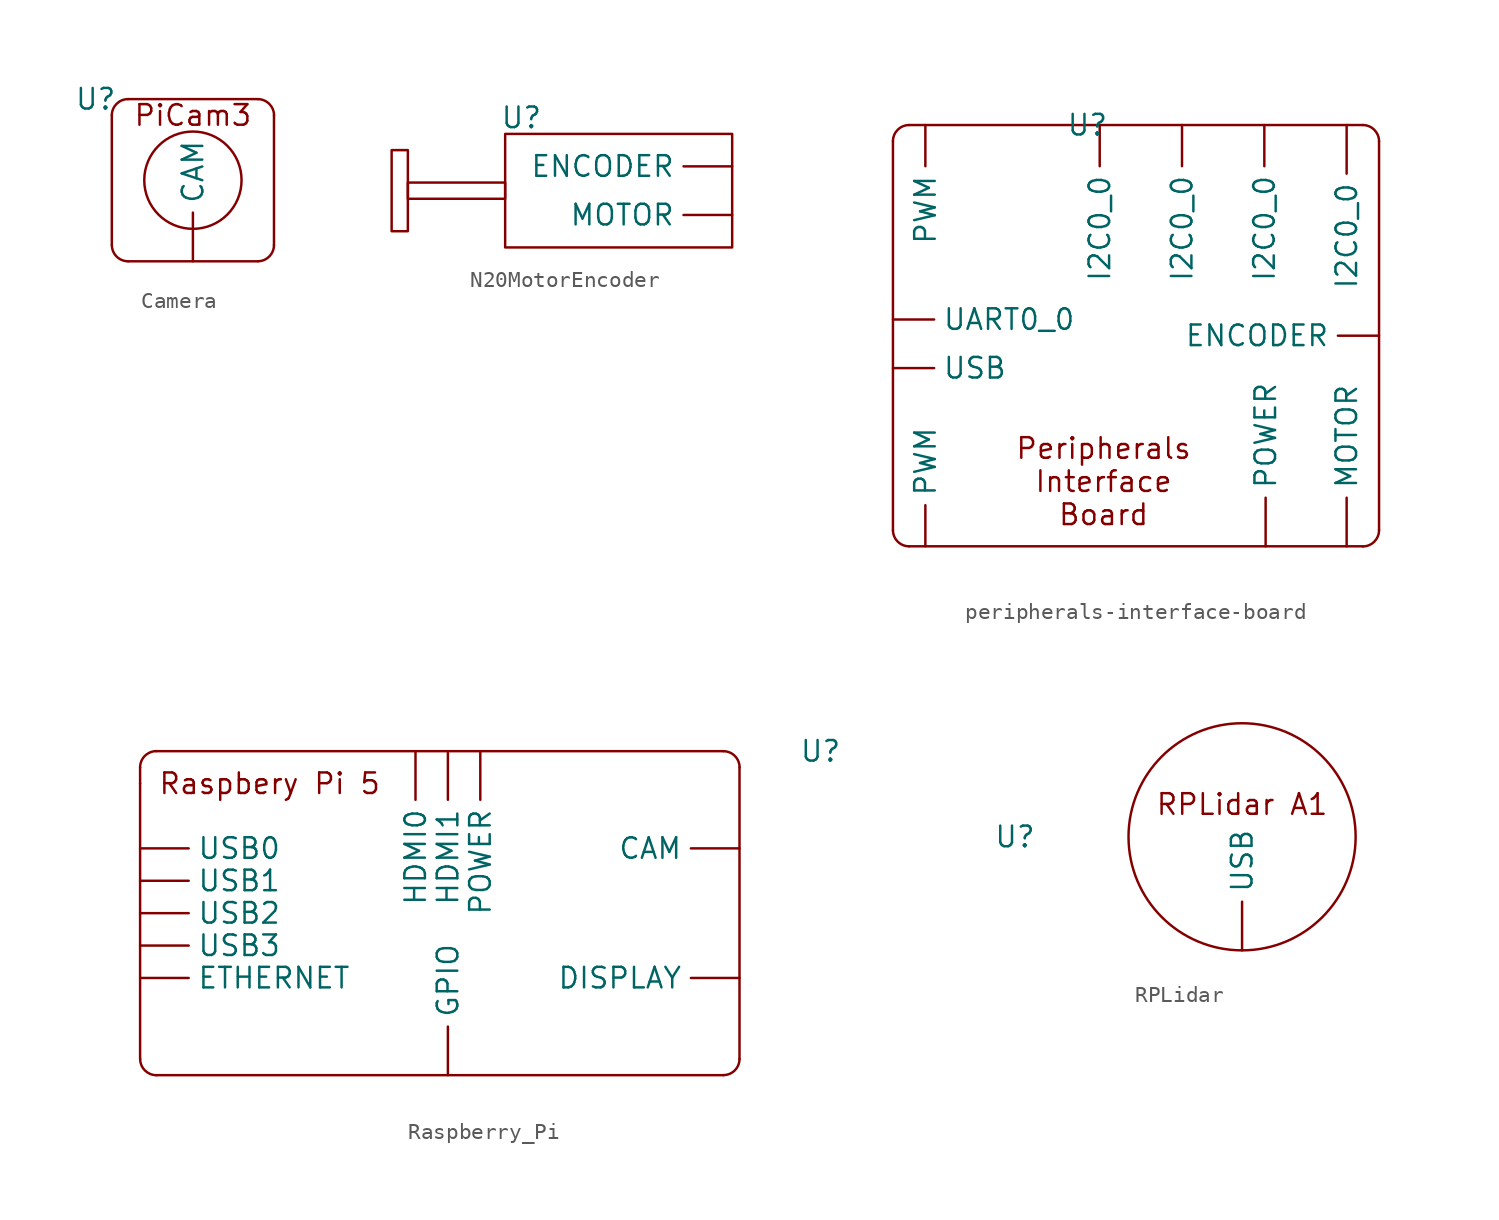
<source format=kicad_sym>
(kicad_symbol_lib
  (version 20241209)
  (generator "kicad_symbol_editor")
  (generator_version "9.0")
  (symbol "Camera"
    (property "Reference" "U"
      (at -1 0 0)
      (effects (font (size 1.27 1.27))))
    (property "Value" ""
      (at 0 0 0)
      (effects (font (size 1.27 1.27))))
    (symbol "Camera_0_1"
      (polyline (pts (xy 1 0) (xy 9 0)) (stroke (width 0) (type default)) (fill (type none)))
      (arc (start 0 -1) (mid 0.2929 -0.2929) (end 1 0) (stroke (width 0) (type default)) (fill (type none)))
      (arc (start 1 -10) (mid 0.2929 -9.7071) (end 0 -9) (stroke (width 0) (type default)) (fill (type none)))
      (circle (center 5 -5) (radius 3) (stroke (width 0) (type default)) (fill (type none)))
      (arc (start 9 0) (mid 9.7071 -0.2929) (end 10 -1) (stroke (width 0) (type default)) (fill (type none)))
      (arc (start 10 -9) (mid 9.7071 -9.7071) (end 9 -10) (stroke (width 0) (type default)) (fill (type none)))
      (polyline (pts (xy 9 -10) (xy 1 -10)) (stroke (width 0) (type default)) (fill (type none)))
      (polyline (pts (xy 10 -1) (xy 10 -9)) (stroke (width 0) (type default)) (fill (type none))))
    (symbol "Camera_1_1"
      (polyline (pts (xy 0 -9) (xy 0 -1)) (stroke (width 0) (type default)) (fill (type none)))
      (text "PiCam3" (at 5 -1 0) (effects (font (size 1.27 1.27))))
      (pin bidirectional line (at 5 -10 90) (length 3) (name "CAM" (effects (font (size 1.27 1.27)))) (number "" (effects (font (size 1.27 1.27)))))))
  (symbol "N20MotorEncoder"
    (property "Reference" "U"
      (at -2 -2 0)
      (effects (font (size 1.27 1.27))))
    (property "Value" ""
      (at 0 0 0)
      (effects (font (size 1.27 1.27))))
    (symbol "N20MotorEncoder_0_1"
      (rectangle (start -9 -4) (end -10 -9) (stroke (width 0) (type default)) (fill (type none)))
      (rectangle (start -9 -6) (end -3 -7) (stroke (width 0) (type default)) (fill (type none)))
      (rectangle (start -3 -3) (end 11 -10) (stroke (width 0) (type default)) (fill (type none))))
    (symbol "N20MotorEncoder_1_1"
      (pin output line (at 11 -5 180) (length 3) (name "ENCODER" (effects (font (size 1.27 1.27)))) (number "" (effects (font (size 1.27 1.27)))))
      (pin power_in line (at 11 -8 180) (length 3) (name "MOTOR" (effects (font (size 1.27 1.27)))) (number "" (effects (font (size 1.27 1.27)))))))
  (symbol "peripherals-interface-board"
    (property "Reference" "U"
      (at 12 0 0)
      (effects (font (size 1.27 1.27))))
    (property "Value" ""
      (at 0 0 0)
      (effects (font (size 1.27 1.27))))
    (symbol "peripherals-interface-board_0_1"
      (polyline (pts (xy 0 -25) (xy 0 -1)) (stroke (width 0) (type default)) (fill (type none)))
      (polyline (pts (xy 1 0) (xy 29 0)) (stroke (width 0) (type default)) (fill (type none)))
      (arc (start 0 -1) (mid 0.2929 -0.2929) (end 1 0) (stroke (width 0) (type default)) (fill (type none)))
      (arc (start 1 -26) (mid 0.2929 -25.7071) (end 0 -25) (stroke (width 0) (type default)) (fill (type none)))
      (arc (start 29 0) (mid 29.7071 -0.2929) (end 30 -1) (stroke (width 0) (type default)) (fill (type none)))
      (arc (start 30 -25) (mid 29.7071 -25.7071) (end 29 -26) (stroke (width 0) (type default)) (fill (type none)))
      (polyline (pts (xy 29 -26) (xy 1 -26)) (stroke (width 0) (type default)) (fill (type none)))
      (polyline (pts (xy 30 -1) (xy 30 -25)) (stroke (width 0) (type default)) (fill (type none))))
    (symbol "peripherals-interface-board_1_1"
      (text "Peripherals\nInterface\nBoard\n" (at 13 -22 0) (effects (font (size 1.27 1.27))))
      (pin bidirectional line (at 0 -12 0) (length 2.54) (name "UART0_0" (effects (font (size 1.27 1.27)))) (number "" (effects (font (size 1.27 1.27)))))
      (pin bidirectional line (at 0 -15 0) (length 2.54) (name "USB" (effects (font (size 1.27 1.27)))) (number "" (effects (font (size 1.27 1.27)))))
      (pin bidirectional line (at 2 0 270) (length 2.54) (name "PWM" (effects (font (size 1.27 1.27)))) (number "" (effects (font (size 1.27 1.27)))))
      (pin bidirectional line (at 2 -26 90) (length 2.54) (name "PWM" (effects (font (size 1.27 1.27)))) (number "" (effects (font (size 1.27 1.27)))))
      (pin bidirectional line (at 12.76 0 270) (length 2.54) (name "I2C0_0" (effects (font (size 1.27 1.27)))) (number "" (effects (font (size 1.27 1.27)))))
      (pin bidirectional line (at 17.84 0 270) (length 2.54) (name "I2C0_0" (effects (font (size 1.27 1.27)))) (number "" (effects (font (size 1.27 1.27)))))
      (pin bidirectional line (at 22.92 0 270) (length 2.54) (name "I2C0_0" (effects (font (size 1.27 1.27)))) (number "" (effects (font (size 1.27 1.27)))))
      (pin bidirectional line (at 23 -26 90) (length 3) (name "POWER" (effects (font (size 1.27 1.27)))) (number "" (effects (font (size 1.27 1.27)))))
      (pin bidirectional line (at 28 0 270) (length 3) (name "I2C0_0" (effects (font (size 1.27 1.27)))) (number "" (effects (font (size 1.27 1.27)))))
      (pin bidirectional line (at 28 -26 90) (length 3) (name "MOTOR" (effects (font (size 1.27 1.27)))) (number "" (effects (font (size 1.27 1.27)))))
      (pin input line (at 30 -13 180) (length 2.54) (name "ENCODER" (effects (font (size 1.27 1.27)))) (number "" (effects (font (size 1.27 1.27)))))))
  (symbol "Raspberry_Pi"
    (property "Reference" "U"
      (at 42 0 0)
      (effects (font (size 1.27 1.27))))
    (property "Value" ""
      (at 0 0 0)
      (effects (font (size 1.27 1.27))))
    (symbol "Raspberry_Pi_0_1"
      (arc (start 0 -2) (mid 0 -2) (end 0 -2) (stroke (width 0) (type default)) (fill (type none)))
      (polyline (pts (xy 0 -19) (xy 0 -1)) (stroke (width 0) (type default)) (fill (type none)))
      (polyline (pts (xy 1 0) (xy 36 0)) (stroke (width 0) (type default)) (fill (type none)))
      (arc (start 0 -1) (mid 0.2929 -0.2929) (end 1 0) (stroke (width 0) (type default)) (fill (type none)))
      (arc (start 1 -20) (mid 0.2929 -19.7071) (end 0 -19) (stroke (width 0) (type default)) (fill (type none)))
      (arc (start 36 0) (mid 36.7071 -0.2929) (end 37 -1) (stroke (width 0) (type default)) (fill (type none)))
      (arc (start 37 -19) (mid 36.7071 -19.7071) (end 36 -20) (stroke (width 0) (type default)) (fill (type none)))
      (polyline (pts (xy 36 -20) (xy 1 -20)) (stroke (width 0) (type default)) (fill (type none)))
      (polyline (pts (xy 37 -1) (xy 37 -19)) (stroke (width 0) (type default)) (fill (type none))))
    (symbol "Raspberry_Pi_1_1"
      (text "Raspbery Pi 5" (at 8 -2 0) (effects (font (size 1.27 1.27))))
      (pin bidirectional line (at 0 -6 0) (length 3) (name "USB0" (effects (font (size 1.27 1.27)))) (number "" (effects (font (size 1.27 1.27)))))
      (pin bidirectional line (at 0 -8 0) (length 3) (name "USB1" (effects (font (size 1.27 1.27)))) (number "" (effects (font (size 1.27 1.27)))))
      (pin bidirectional line (at 0 -10 0) (length 3) (name "USB2" (effects (font (size 1.27 1.27)))) (number "" (effects (font (size 1.27 1.27)))))
      (pin bidirectional line (at 0 -12 0) (length 3) (name "USB3" (effects (font (size 1.27 1.27)))) (number "" (effects (font (size 1.27 1.27)))))
      (pin bidirectional line (at 0 -14 0) (length 3) (name "ETHERNET" (effects (font (size 1.27 1.27)))) (number "" (effects (font (size 1.27 1.27)))))
      (pin bidirectional line (at 17 0 270) (length 3) (name "HDMI0" (effects (font (size 1.27 1.27)))) (number "" (effects (font (size 1.27 1.27)))))
      (pin bidirectional line (at 19 0 270) (length 3) (name "HDMI1" (effects (font (size 1.27 1.27)))) (number "" (effects (font (size 1.27 1.27)))))
      (pin bidirectional line (at 19 -20 90) (length 3) (name "GPIO" (effects (font (size 1.27 1.27)))) (number "" (effects (font (size 1.27 1.27)))))
      (pin bidirectional line (at 21 0 270) (length 3) (name "POWER" (effects (font (size 1.27 1.27)))) (number "" (effects (font (size 1.27 1.27)))))
      (pin bidirectional line (at 37 -6 180) (length 3) (name "CAM" (effects (font (size 1.27 1.27)))) (number "" (effects (font (size 1.27 1.27)))))
      (pin bidirectional line (at 37 -14 180) (length 3) (name "DISPLAY" (effects (font (size 1.27 1.27)))) (number "" (effects (font (size 1.27 1.27)))))))
  (symbol "RPLidar"
    (property "Reference" "U"
      (at 0 0 0)
      (effects (font (size 1.27 1.27))))
    (property "Value" ""
      (at 0 0 0)
      (effects (font (size 1.27 1.27))))
    (symbol "RPLidar_0_1"
      (circle (center 14 0) (radius 7) (stroke (width 0) (type default)) (fill (type none))))
    (symbol "RPLidar_1_1"
      (text "RPLidar A1\n" (at 14 2 0) (effects (font (size 1.27 1.27))))
      (pin bidirectional line (at 14 -7 90) (length 3) (name "USB" (effects (font (size 1.27 1.27)))) (number "" (effects (font (size 1.27 1.27))))))))
</source>
